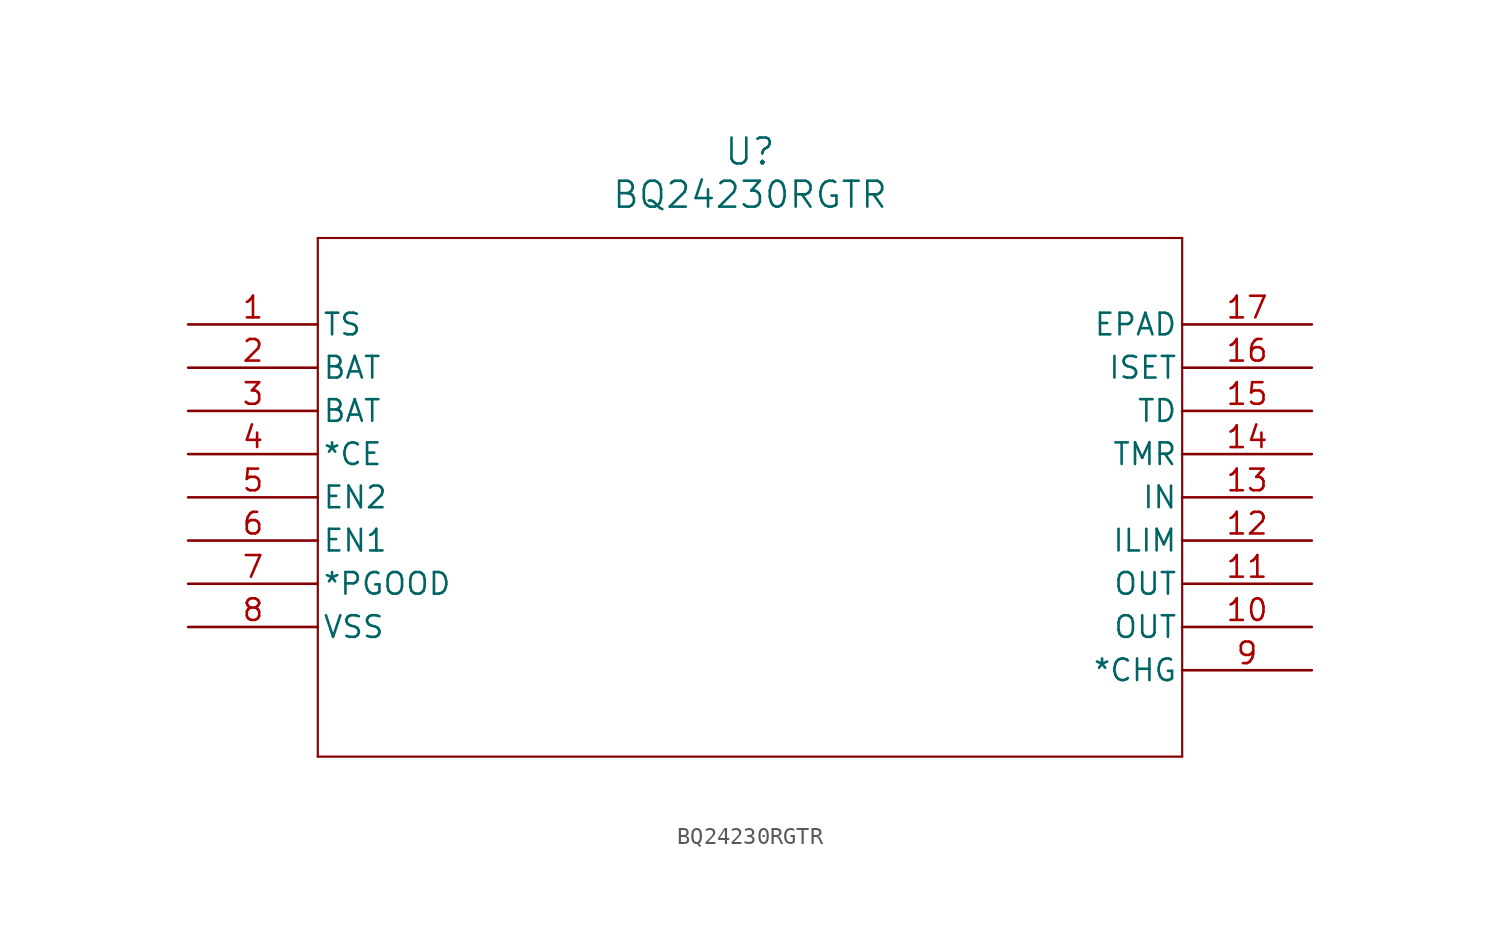
<source format=kicad_sym>
(kicad_symbol_lib
  (version 20211014)
  (generator kicad_symbol_editor)
  (symbol "BQ24230RGTR"
    (pin_names
      (offset 0.254))
    (property "Reference" "U"
      (at 33.02 10.16 0)
      (effects (font (size 1.524 1.524))))
    (property "Value" "BQ24230RGTR"
      (at 33.02 7.62 0)
      (effects (font (size 1.524 1.524))))
    (symbol "BQ24230RGTR_0_1"
      (polyline (pts (xy 7.62 5.08) (xy 7.62 -25.4)) (stroke (width 0.127) (type default) (color 0 0 0 0)) (fill (type none)))
      (polyline (pts (xy 7.62 -25.4) (xy 58.42 -25.4)) (stroke (width 0.127) (type default) (color 0 0 0 0)) (fill (type none)))
      (polyline (pts (xy 58.42 -25.4) (xy 58.42 5.08)) (stroke (width 0.127) (type default) (color 0 0 0 0)) (fill (type none)))
      (polyline (pts (xy 58.42 5.08) (xy 7.62 5.08)) (stroke (width 0.127) (type default) (color 0 0 0 0)) (fill (type none)))
      (pin input line (at 0 0 0) (length 7.62) (name "TS" (effects (font (size 1.27 1.27)))) (number "1" (effects (font (size 1.27 1.27)))))
      (pin unspecified line (at 0 -2.54 0) (length 7.62) (name "BAT" (effects (font (size 1.27 1.27)))) (number "2" (effects (font (size 1.27 1.27)))))
      (pin unspecified line (at 0 -5.08 0) (length 7.62) (name "BAT" (effects (font (size 1.27 1.27)))) (number "3" (effects (font (size 1.27 1.27)))))
      (pin input line (at 0 -7.62 0) (length 7.62) (name "*CE" (effects (font (size 1.27 1.27)))) (number "4" (effects (font (size 1.27 1.27)))))
      (pin input line (at 0 -10.16 0) (length 7.62) (name "EN2" (effects (font (size 1.27 1.27)))) (number "5" (effects (font (size 1.27 1.27)))))
      (pin input line (at 0 -12.7 0) (length 7.62) (name "EN1" (effects (font (size 1.27 1.27)))) (number "6" (effects (font (size 1.27 1.27)))))
      (pin output line (at 0 -15.24 0) (length 7.62) (name "*PGOOD" (effects (font (size 1.27 1.27)))) (number "7" (effects (font (size 1.27 1.27)))))
      (pin power_in line (at 0 -17.78 0) (length 7.62) (name "VSS" (effects (font (size 1.27 1.27)))) (number "8" (effects (font (size 1.27 1.27)))))
      (pin output line (at 66.04 -20.32 180) (length 7.62) (name "*CHG" (effects (font (size 1.27 1.27)))) (number "9" (effects (font (size 1.27 1.27)))))
      (pin output line (at 66.04 -17.78 180) (length 7.62) (name "OUT" (effects (font (size 1.27 1.27)))) (number "10" (effects (font (size 1.27 1.27)))))
      (pin output line (at 66.04 -15.24 180) (length 7.62) (name "OUT" (effects (font (size 1.27 1.27)))) (number "11" (effects (font (size 1.27 1.27)))))
      (pin input line (at 66.04 -12.7 180) (length 7.62) (name "ILIM" (effects (font (size 1.27 1.27)))) (number "12" (effects (font (size 1.27 1.27)))))
      (pin input line (at 66.04 -10.16 180) (length 7.62) (name "IN" (effects (font (size 1.27 1.27)))) (number "13" (effects (font (size 1.27 1.27)))))
      (pin input line (at 66.04 -7.62 180) (length 7.62) (name "TMR" (effects (font (size 1.27 1.27)))) (number "14" (effects (font (size 1.27 1.27)))))
      (pin input line (at 66.04 -5.08 180) (length 7.62) (name "TD" (effects (font (size 1.27 1.27)))) (number "15" (effects (font (size 1.27 1.27)))))
      (pin unspecified line (at 66.04 -2.54 180) (length 7.62) (name "ISET" (effects (font (size 1.27 1.27)))) (number "16" (effects (font (size 1.27 1.27)))))
      (pin power_in line (at 66.04 0 180) (length 7.62) (name "EPAD" (effects (font (size 1.27 1.27)))) (number "17" (effects (font (size 1.27 1.27))))))))
</source>
